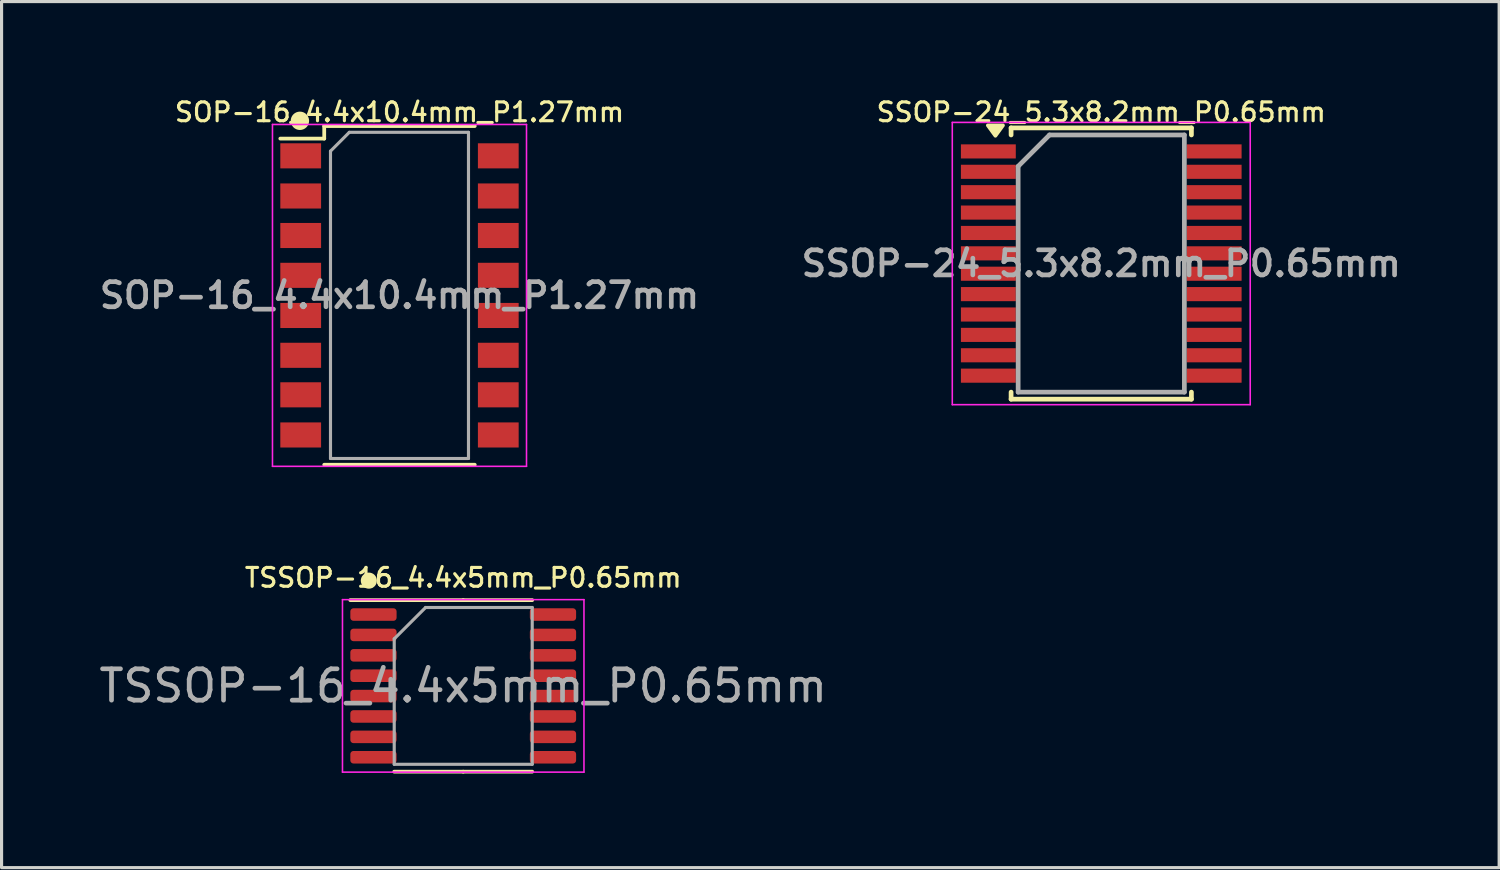
<source format=kicad_pcb>
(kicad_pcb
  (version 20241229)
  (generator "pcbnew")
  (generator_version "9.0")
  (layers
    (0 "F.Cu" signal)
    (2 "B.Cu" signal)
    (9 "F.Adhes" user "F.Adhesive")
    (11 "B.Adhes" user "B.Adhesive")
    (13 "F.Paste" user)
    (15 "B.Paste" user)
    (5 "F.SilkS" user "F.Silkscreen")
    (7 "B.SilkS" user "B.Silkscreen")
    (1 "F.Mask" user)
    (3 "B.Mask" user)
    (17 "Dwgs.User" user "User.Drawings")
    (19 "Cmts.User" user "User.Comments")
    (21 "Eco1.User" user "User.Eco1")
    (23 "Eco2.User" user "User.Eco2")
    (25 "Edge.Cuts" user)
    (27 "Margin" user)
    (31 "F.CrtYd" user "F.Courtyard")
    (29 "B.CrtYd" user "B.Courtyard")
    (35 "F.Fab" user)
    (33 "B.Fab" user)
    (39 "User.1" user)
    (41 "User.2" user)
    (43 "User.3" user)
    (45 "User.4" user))
  (footprint "SSOP-24_5.3x8.2mm_P0.65mm"
    (layer "F.Cu")
    (at 32.064 5.353)
    (property "Reference" "SSOP-24_5.3x8.2mm_P0.65mm" (at 0 -4.826 0) (layer "F.SilkS") (effects (font (size 0.6 0.6) (thickness 0.1) (bold yes))))
    (attr smd)
    (fp_line (start -2.875 -4.325) (end -2.875 -4.1) (stroke (width 0.15) (type solid)) (layer "F.SilkS"))
    (fp_line (start -2.875 -4.325) (end 2.875 -4.325) (stroke (width 0.15) (type solid)) (layer "F.SilkS"))
    (fp_line (start -2.875 4.325) (end -2.875 4.1) (stroke (width 0.15) (type solid)) (layer "F.SilkS"))
    (fp_line (start -2.875 4.325) (end 2.875 4.325) (stroke (width 0.15) (type solid)) (layer "F.SilkS"))
    (fp_line (start 2.875 -4.325) (end 2.875 -4.1) (stroke (width 0.15) (type solid)) (layer "F.SilkS"))
    (fp_line (start 2.875 4.325) (end 2.875 4.1) (stroke (width 0.15) (type solid)) (layer "F.SilkS"))
    (fp_poly (pts (xy -3.375 -4.075) (xy -3.615 -4.405) (xy -3.135 -4.405) (xy -3.375 -4.075)) (stroke (width 0.12) (type solid)) (fill yes) (layer "F.SilkS"))
    (fp_line (start -4.75 -4.5) (end -4.75 4.5) (stroke (width 0.05) (type solid)) (layer "F.CrtYd"))
    (fp_line (start -4.75 -4.5) (end 4.75 -4.5) (stroke (width 0.05) (type solid)) (layer "F.CrtYd"))
    (fp_line (start -4.75 4.5) (end 4.75 4.5) (stroke (width 0.05) (type solid)) (layer "F.CrtYd"))
    (fp_line (start 4.75 -4.5) (end 4.75 4.5) (stroke (width 0.05) (type solid)) (layer "F.CrtYd"))
    (fp_line (start -2.65 -3.1) (end -1.65 -4.1) (stroke (width 0.15) (type solid)) (layer "F.Fab"))
    (fp_line (start -2.65 4.1) (end -2.65 -3.1) (stroke (width 0.15) (type solid)) (layer "F.Fab"))
    (fp_line (start -1.65 -4.1) (end 2.65 -4.1) (stroke (width 0.15) (type solid)) (layer "F.Fab"))
    (fp_line (start 2.65 -4.1) (end 2.65 4.1) (stroke (width 0.15) (type solid)) (layer "F.Fab"))
    (fp_line (start 2.65 4.1) (end -2.65 4.1) (stroke (width 0.15) (type solid)) (layer "F.Fab"))
    (fp_text user "${REFERENCE}" (at 0 0 0) (layer "F.Fab") (effects (font (size 0.8 0.8) (thickness 0.15))))
    (pad "1" smd rect (at -3.6 -3.575) (size 1.75 0.45) (layers "F.Cu" "F.Mask" "F.Paste"))
    (pad "2" smd rect (at -3.6 -2.925) (size 1.75 0.45) (layers "F.Cu" "F.Mask" "F.Paste"))
    (pad "3" smd rect (at -3.6 -2.275) (size 1.75 0.45) (layers "F.Cu" "F.Mask" "F.Paste"))
    (pad "4" smd rect (at -3.6 -1.625) (size 1.75 0.45) (layers "F.Cu" "F.Mask" "F.Paste"))
    (pad "5" smd rect (at -3.6 -0.975) (size 1.75 0.45) (layers "F.Cu" "F.Mask" "F.Paste"))
    (pad "6" smd rect (at -3.6 -0.325) (size 1.75 0.45) (layers "F.Cu" "F.Mask" "F.Paste"))
    (pad "7" smd rect (at -3.6 0.325) (size 1.75 0.45) (layers "F.Cu" "F.Mask" "F.Paste"))
    (pad "8" smd rect (at -3.6 0.975) (size 1.75 0.45) (layers "F.Cu" "F.Mask" "F.Paste"))
    (pad "9" smd rect (at -3.6 1.625) (size 1.75 0.45) (layers "F.Cu" "F.Mask" "F.Paste"))
    (pad "10" smd rect (at -3.6 2.275) (size 1.75 0.45) (layers "F.Cu" "F.Mask" "F.Paste"))
    (pad "11" smd rect (at -3.6 2.925) (size 1.75 0.45) (layers "F.Cu" "F.Mask" "F.Paste"))
    (pad "12" smd rect (at -3.6 3.575) (size 1.75 0.45) (layers "F.Cu" "F.Mask" "F.Paste"))
    (pad "13" smd rect (at 3.6 3.575) (size 1.75 0.45) (layers "F.Cu" "F.Mask" "F.Paste"))
    (pad "14" smd rect (at 3.6 2.925) (size 1.75 0.45) (layers "F.Cu" "F.Mask" "F.Paste"))
    (pad "15" smd rect (at 3.6 2.275) (size 1.75 0.45) (layers "F.Cu" "F.Mask" "F.Paste"))
    (pad "16" smd rect (at 3.6 1.625) (size 1.75 0.45) (layers "F.Cu" "F.Mask" "F.Paste"))
    (pad "17" smd rect (at 3.6 0.975) (size 1.75 0.45) (layers "F.Cu" "F.Mask" "F.Paste"))
    (pad "18" smd rect (at 3.6 0.325) (size 1.75 0.45) (layers "F.Cu" "F.Mask" "F.Paste"))
    (pad "19" smd rect (at 3.6 -0.325) (size 1.75 0.45) (layers "F.Cu" "F.Mask" "F.Paste"))
    (pad "20" smd rect (at 3.6 -0.975) (size 1.75 0.45) (layers "F.Cu" "F.Mask" "F.Paste"))
    (pad "21" smd rect (at 3.6 -1.625) (size 1.75 0.45) (layers "F.Cu" "F.Mask" "F.Paste"))
    (pad "22" smd rect (at 3.6 -2.275) (size 1.75 0.45) (layers "F.Cu" "F.Mask" "F.Paste"))
    (pad "23" smd rect (at 3.6 -2.925) (size 1.75 0.45) (layers "F.Cu" "F.Mask" "F.Paste"))
    (pad "24" smd rect (at 3.6 -3.575) (size 1.75 0.45) (layers "F.Cu" "F.Mask" "F.Paste")))
  (footprint "SOP-16_4.4x10.4mm_P1.27mm"
    (layer "F.Cu")
    (at 9.688 6.369)
    (property "Reference" "SOP-16_4.4x10.4mm_P1.27mm" (at 0 -5.842 0) (layer "F.SilkS") (effects (font (size 0.6 0.6) (thickness 0.1))))
    (attr smd)
    (fp_line (start -2.4 -5.4) (end -2.4 -5) (stroke (width 0.12) (type solid)) (layer "F.SilkS"))
    (fp_line (start -2.4 -5.4) (end 2.4 -5.4) (stroke (width 0.12) (type solid)) (layer "F.SilkS"))
    (fp_line (start -2.4 -5) (end -3.8 -5) (stroke (width 0.12) (type solid)) (layer "F.SilkS"))
    (fp_line (start -2.4 5.4) (end 2.4 5.4) (stroke (width 0.12) (type solid)) (layer "F.SilkS"))
    (fp_circle (center -3.175 -5.567) (end -2.942 -5.567) (stroke (width 0.12) (type solid)) (fill yes) (layer "F.SilkS"))
    (fp_line (start -4.05 -5.45) (end -4.05 5.45) (stroke (width 0.05) (type solid)) (layer "F.CrtYd"))
    (fp_line (start -4.05 -5.45) (end 4.05 -5.45) (stroke (width 0.05) (type solid)) (layer "F.CrtYd"))
    (fp_line (start 4.05 5.45) (end -4.05 5.45) (stroke (width 0.05) (type solid)) (layer "F.CrtYd"))
    (fp_line (start 4.05 5.45) (end 4.05 -5.45) (stroke (width 0.05) (type solid)) (layer "F.CrtYd"))
    (fp_line (start -2.2 -4.6) (end -1.6 -5.2) (stroke (width 0.1) (type solid)) (layer "F.Fab"))
    (fp_line (start -2.2 5.2) (end -2.2 -4.6) (stroke (width 0.1) (type solid)) (layer "F.Fab"))
    (fp_line (start -1.6 -5.2) (end 2.2 -5.2) (stroke (width 0.1) (type solid)) (layer "F.Fab"))
    (fp_line (start 2.2 -5.2) (end 2.2 5.2) (stroke (width 0.1) (type solid)) (layer "F.Fab"))
    (fp_line (start 2.2 5.2) (end -2.2 5.2) (stroke (width 0.1) (type solid)) (layer "F.Fab"))
    (fp_text user "${REFERENCE}" (at 0 0 0) (layer "F.Fab") (effects (font (size 0.8 0.8) (thickness 0.15))))
    (pad "1" smd rect (at -3.15 -4.45) (size 1.3 0.8) (layers "F.Cu" "F.Mask" "F.Paste"))
    (pad "2" smd rect (at -3.15 -3.17) (size 1.3 0.8) (layers "F.Cu" "F.Mask" "F.Paste"))
    (pad "3" smd rect (at -3.15 -1.91) (size 1.3 0.8) (layers "F.Cu" "F.Mask" "F.Paste"))
    (pad "4" smd rect (at -3.15 -0.64) (size 1.3 0.8) (layers "F.Cu" "F.Mask" "F.Paste"))
    (pad "5" smd rect (at -3.15 0.64) (size 1.3 0.8) (layers "F.Cu" "F.Mask" "F.Paste"))
    (pad "6" smd rect (at -3.15 1.91) (size 1.3 0.8) (layers "F.Cu" "F.Mask" "F.Paste"))
    (pad "7" smd rect (at -3.15 3.17) (size 1.3 0.8) (layers "F.Cu" "F.Mask" "F.Paste"))
    (pad "8" smd rect (at -3.15 4.45) (size 1.3 0.8) (layers "F.Cu" "F.Mask" "F.Paste"))
    (pad "9" smd rect (at 3.15 4.45) (size 1.3 0.8) (layers "F.Cu" "F.Mask" "F.Paste"))
    (pad "10" smd rect (at 3.15 3.17) (size 1.3 0.8) (layers "F.Cu" "F.Mask" "F.Paste"))
    (pad "11" smd rect (at 3.15 1.91) (size 1.3 0.8) (layers "F.Cu" "F.Mask" "F.Paste"))
    (pad "12" smd rect (at 3.15 0.64) (size 1.3 0.8) (layers "F.Cu" "F.Mask" "F.Paste"))
    (pad "13" smd rect (at 3.15 -0.64) (size 1.3 0.8) (layers "F.Cu" "F.Mask" "F.Paste"))
    (pad "14" smd rect (at 3.15 -1.91) (size 1.3 0.8) (layers "F.Cu" "F.Mask" "F.Paste"))
    (pad "15" smd rect (at 3.15 -3.17) (size 1.3 0.8) (layers "F.Cu" "F.Mask" "F.Paste"))
    (pad "16" smd rect (at 3.15 -4.45) (size 1.3 0.8) (layers "F.Cu" "F.Mask" "F.Paste")))
  (footprint "TSSOP-16_4.4x5mm_P0.65mm"
    (layer "F.Cu")
    (at 11.72 18.82)
    (property "Reference" "TSSOP-16_4.4x5mm_P0.65mm" (at 0 -3.45 0) (layer "F.SilkS") (effects (font (size 0.6 0.6) (thickness 0.1))))
    (attr smd)
    (fp_line (start 0 -2.735) (end -3.6 -2.735) (stroke (width 0.12) (type solid)) (layer "F.SilkS"))
    (fp_line (start 0 -2.735) (end 2.2 -2.735) (stroke (width 0.12) (type solid)) (layer "F.SilkS"))
    (fp_line (start 0 2.735) (end -2.2 2.735) (stroke (width 0.12) (type solid)) (layer "F.SilkS"))
    (fp_line (start 0 2.735) (end 2.2 2.735) (stroke (width 0.12) (type solid)) (layer "F.SilkS"))
    (fp_circle (center -3.009 -3.356) (end -2.812 -3.356) (stroke (width 0.12) (type solid)) (fill yes) (layer "F.SilkS"))
    (fp_line (start -3.85 -2.75) (end -3.85 2.75) (stroke (width 0.05) (type solid)) (layer "F.CrtYd"))
    (fp_line (start -3.85 2.75) (end 3.85 2.75) (stroke (width 0.05) (type solid)) (layer "F.CrtYd"))
    (fp_line (start 3.85 -2.75) (end -3.85 -2.75) (stroke (width 0.05) (type solid)) (layer "F.CrtYd"))
    (fp_line (start 3.85 2.75) (end 3.85 -2.75) (stroke (width 0.05) (type solid)) (layer "F.CrtYd"))
    (fp_line (start -2.2 -1.5) (end -1.2 -2.5) (stroke (width 0.1) (type solid)) (layer "F.Fab"))
    (fp_line (start -2.2 2.5) (end -2.2 -1.5) (stroke (width 0.1) (type solid)) (layer "F.Fab"))
    (fp_line (start -1.2 -2.5) (end 2.2 -2.5) (stroke (width 0.1) (type solid)) (layer "F.Fab"))
    (fp_line (start 2.2 -2.5) (end 2.2 2.5) (stroke (width 0.1) (type solid)) (layer "F.Fab"))
    (fp_line (start 2.2 2.5) (end -2.2 2.5) (stroke (width 0.1) (type solid)) (layer "F.Fab"))
    (fp_text user "${REFERENCE}" (at 0 0 0) (layer "F.Fab") (effects (font (size 1 1) (thickness 0.15))))
    (pad "1" smd roundrect (at -2.862 -2.275) (size 1.475 0.4) (layers "F.Cu" "F.Mask" "F.Paste") (roundrect_rratio 0.25))
    (pad "2" smd roundrect (at -2.862 -1.625) (size 1.475 0.4) (layers "F.Cu" "F.Mask" "F.Paste") (roundrect_rratio 0.25))
    (pad "3" smd roundrect (at -2.862 -0.975) (size 1.475 0.4) (layers "F.Cu" "F.Mask" "F.Paste") (roundrect_rratio 0.25))
    (pad "4" smd roundrect (at -2.862 -0.325) (size 1.475 0.4) (layers "F.Cu" "F.Mask" "F.Paste") (roundrect_rratio 0.25))
    (pad "5" smd roundrect (at -2.862 0.325) (size 1.475 0.4) (layers "F.Cu" "F.Mask" "F.Paste") (roundrect_rratio 0.25))
    (pad "6" smd roundrect (at -2.862 0.975) (size 1.475 0.4) (layers "F.Cu" "F.Mask" "F.Paste") (roundrect_rratio 0.25))
    (pad "7" smd roundrect (at -2.862 1.625) (size 1.475 0.4) (layers "F.Cu" "F.Mask" "F.Paste") (roundrect_rratio 0.25))
    (pad "8" smd roundrect (at -2.862 2.275) (size 1.475 0.4) (layers "F.Cu" "F.Mask" "F.Paste") (roundrect_rratio 0.25))
    (pad "9" smd roundrect (at 2.862 2.275) (size 1.475 0.4) (layers "F.Cu" "F.Mask" "F.Paste") (roundrect_rratio 0.25))
    (pad "10" smd roundrect (at 2.862 1.625) (size 1.475 0.4) (layers "F.Cu" "F.Mask" "F.Paste") (roundrect_rratio 0.25))
    (pad "11" smd roundrect (at 2.862 0.975) (size 1.475 0.4) (layers "F.Cu" "F.Mask" "F.Paste") (roundrect_rratio 0.25))
    (pad "12" smd roundrect (at 2.862 0.325) (size 1.475 0.4) (layers "F.Cu" "F.Mask" "F.Paste") (roundrect_rratio 0.25))
    (pad "13" smd roundrect (at 2.862 -0.325) (size 1.475 0.4) (layers "F.Cu" "F.Mask" "F.Paste") (roundrect_rratio 0.25))
    (pad "14" smd roundrect (at 2.862 -0.975) (size 1.475 0.4) (layers "F.Cu" "F.Mask" "F.Paste") (roundrect_rratio 0.25))
    (pad "15" smd roundrect (at 2.862 -1.625) (size 1.475 0.4) (layers "F.Cu" "F.Mask" "F.Paste") (roundrect_rratio 0.25))
    (pad "16" smd roundrect (at 2.862 -2.275) (size 1.475 0.4) (layers "F.Cu" "F.Mask" "F.Paste") (roundrect_rratio 0.25)))
  (gr_rect
    (start -3 -3)
    (end 44.751 24.615)
    (stroke (width 0.1) (type default))
    (fill no)
    (layer "Edge.Cuts")))
</source>
